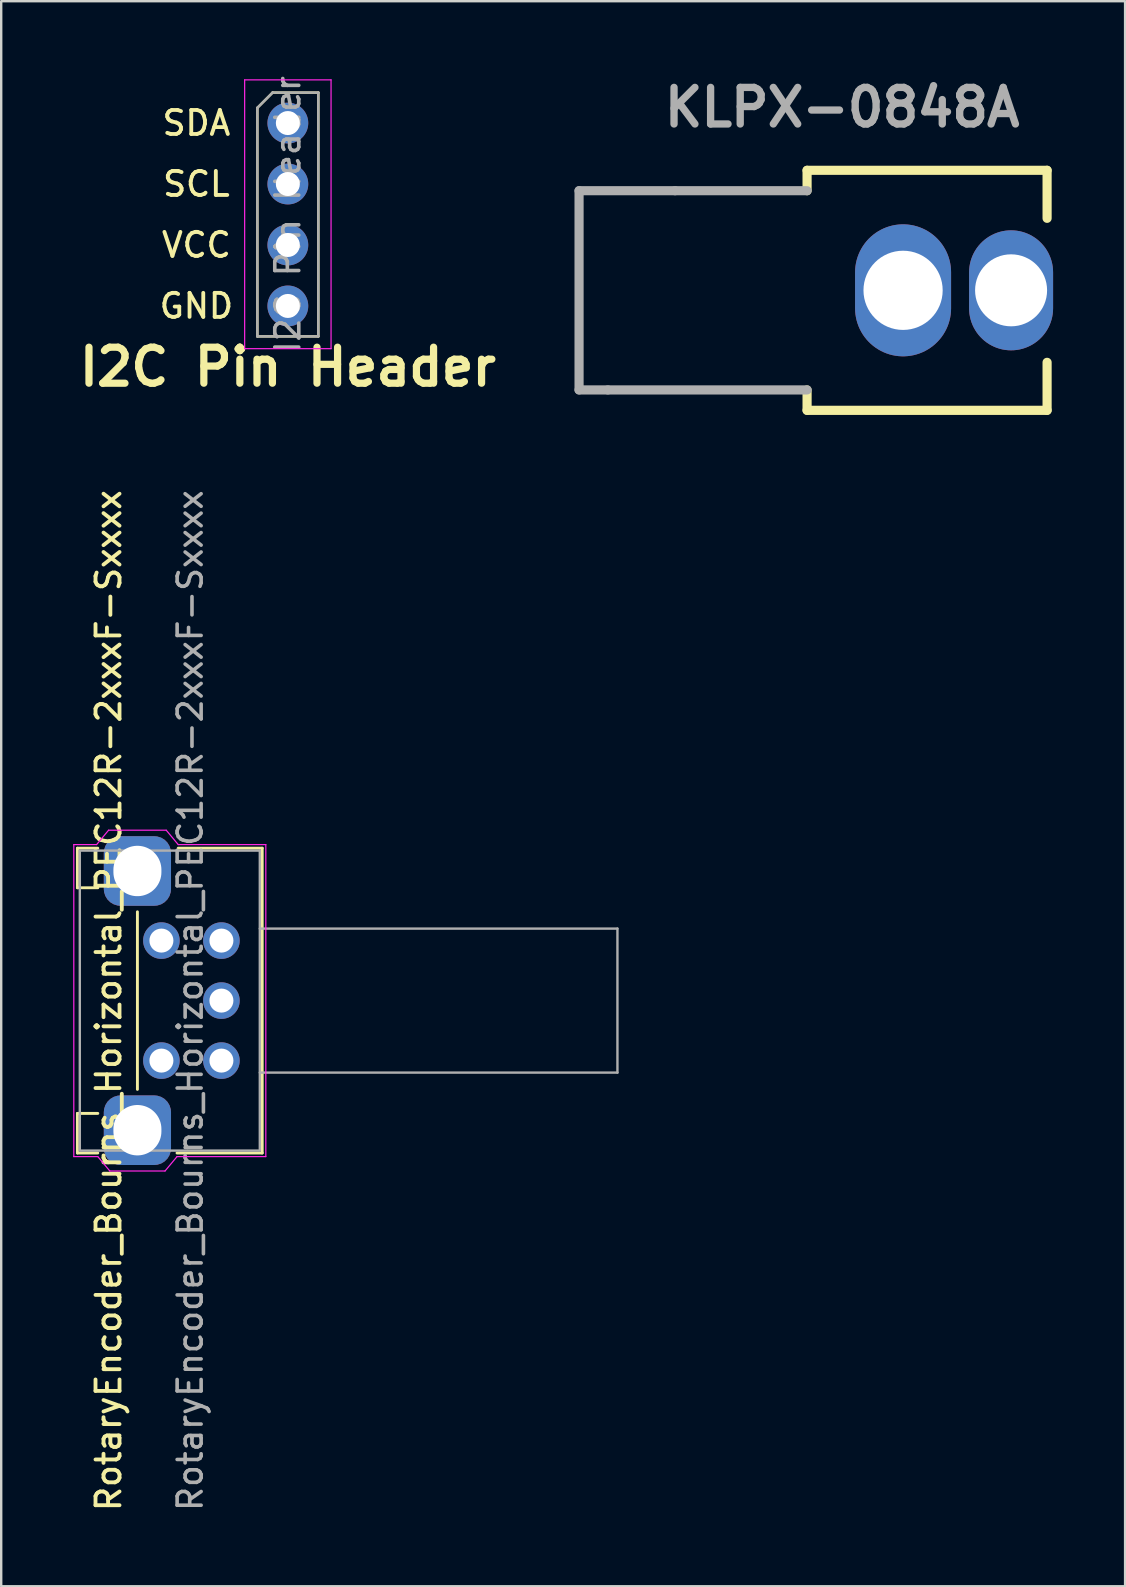
<source format=kicad_pcb>
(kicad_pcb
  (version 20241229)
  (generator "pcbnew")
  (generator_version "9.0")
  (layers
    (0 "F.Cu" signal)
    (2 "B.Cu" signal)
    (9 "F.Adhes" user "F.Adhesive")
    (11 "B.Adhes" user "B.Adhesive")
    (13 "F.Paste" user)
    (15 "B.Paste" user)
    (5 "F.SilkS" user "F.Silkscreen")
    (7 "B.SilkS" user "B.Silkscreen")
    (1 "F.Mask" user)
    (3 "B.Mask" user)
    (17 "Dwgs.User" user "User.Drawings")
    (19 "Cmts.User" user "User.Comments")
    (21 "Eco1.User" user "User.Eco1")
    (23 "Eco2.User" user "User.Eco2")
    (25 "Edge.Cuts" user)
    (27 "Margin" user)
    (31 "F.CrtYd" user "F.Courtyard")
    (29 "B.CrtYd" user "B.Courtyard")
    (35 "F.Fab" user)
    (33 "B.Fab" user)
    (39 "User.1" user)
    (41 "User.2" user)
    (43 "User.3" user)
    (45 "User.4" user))
  (footprint "KLPX-0848A"
    (layer "F.Cu")
    (at 34.576 9.046)
    (property "Reference" "KLPX-0848A" (at -2.54 -7.62 0) (layer "F.Fab") (effects (font (size 1.524 1.524) (thickness 0.305))))
    (attr through_hole)
    (fp_line (start -4 -5) (end -4 -4.15) (stroke (width 0.381) (type solid)) (layer "F.SilkS"))
    (fp_line (start -4 5) (end -4 4.15) (stroke (width 0.381) (type solid)) (layer "F.SilkS"))
    (fp_line (start 6 -5) (end -4 -5) (stroke (width 0.381) (type solid)) (layer "F.SilkS"))
    (fp_line (start 6 -5) (end 6 -3) (stroke (width 0.381) (type solid)) (layer "F.SilkS"))
    (fp_line (start 6 3) (end 6 5) (stroke (width 0.381) (type solid)) (layer "F.SilkS"))
    (fp_line (start 6 5) (end -4 5) (stroke (width 0.381) (type solid)) (layer "F.SilkS"))
    (fp_line (start -13.5 -4.15) (end -13.5 4.15) (stroke (width 0.381) (type solid)) (layer "F.Fab"))
    (fp_line (start -12.3 4.15) (end -13.5 4.15) (stroke (width 0.381) (type solid)) (layer "F.Fab"))
    (fp_line (start -9.5 -4.15) (end -13.5 -4.15) (stroke (width 0.381) (type solid)) (layer "F.Fab"))
    (fp_line (start -4 -4.15) (end -9.5 -4.15) (stroke (width 0.381) (type solid)) (layer "F.Fab"))
    (fp_line (start -4 4.15) (end -12.3 4.15) (stroke (width 0.381) (type solid)) (layer "F.Fab"))
    (pad "1" thru_hole oval (at 4.5 0) (size 3.5 5) (drill 3) (layers "*.Cu" "*.Mask"))
    (pad "2" thru_hole oval (at 0 0) (size 4 5.5) (drill 3.3) (layers "*.Cu" "*.Mask")))
  (footprint "I2C Pin Header"
    (layer "F.Cu")
    (at 8.943 2.077)
    (property "Reference" "I2C Pin Header" (at 0 10.16 0) (layer "F.SilkS") (effects (font (size 1.5 1.5) (thickness 0.3) (bold yes))))
    (attr through_hole)
    (fp_line (start -1.27 -0.635) (end -0.635 -1.27) (stroke (width 0.1) (type solid)) (layer "F.SilkS"))
    (fp_line (start -1.27 8.89) (end -1.27 -0.635) (stroke (width 0.1) (type solid)) (layer "F.SilkS"))
    (fp_line (start -0.635 -1.27) (end 1.27 -1.27) (stroke (width 0.1) (type solid)) (layer "F.SilkS"))
    (fp_line (start 1.27 -1.27) (end 1.27 8.89) (stroke (width 0.1) (type solid)) (layer "F.SilkS"))
    (fp_line (start 1.27 8.89) (end -1.27 8.89) (stroke (width 0.1) (type solid)) (layer "F.SilkS"))
    (fp_line (start -1.8 -1.8) (end -1.8 9.4) (stroke (width 0.05) (type solid)) (layer "F.CrtYd"))
    (fp_line (start -1.8 9.4) (end 1.8 9.4) (stroke (width 0.05) (type solid)) (layer "F.CrtYd"))
    (fp_line (start 1.8 -1.8) (end -1.8 -1.8) (stroke (width 0.05) (type solid)) (layer "F.CrtYd"))
    (fp_line (start 1.8 9.4) (end 1.8 -1.8) (stroke (width 0.05) (type solid)) (layer "F.CrtYd"))
    (fp_line (start -1.27 -0.635) (end -0.635 -1.27) (stroke (width 0.1) (type solid)) (layer "F.Fab"))
    (fp_line (start -1.27 8.89) (end -1.27 -0.635) (stroke (width 0.1) (type solid)) (layer "F.Fab"))
    (fp_line (start -0.635 -1.27) (end 1.27 -1.27) (stroke (width 0.1) (type solid)) (layer "F.Fab"))
    (fp_line (start 1.27 -1.27) (end 1.27 8.89) (stroke (width 0.1) (type solid)) (layer "F.Fab"))
    (fp_line (start 1.27 8.89) (end -1.27 8.89) (stroke (width 0.1) (type solid)) (layer "F.Fab"))
    (fp_text user "SDA" (at -3.81 0 0) (layer "F.SilkS") (effects (font (size 1 1) (thickness 0.16))))
    (fp_text user "GND" (at -3.81 7.62 0) (layer "F.SilkS") (effects (font (size 1 1) (thickness 0.16))))
    (fp_text user "SCL" (at -3.81 2.54 0) (layer "F.SilkS") (effects (font (size 1 1) (thickness 0.16))))
    (fp_text user "VCC" (at -3.81 5.08 0) (layer "F.SilkS") (effects (font (size 1 1) (thickness 0.16))))
    (fp_text user "${REFERENCE}" (at 0 3.81 90) (layer "F.Fab") (effects (font (size 1 1) (thickness 0.15))))
    (pad "1" thru_hole circle (at 0 0) (size 1.7 1.7) (drill 1) (layers "*.Cu" "*.Mask"))
    (pad "2" thru_hole oval (at 0 2.54) (size 1.7 1.7) (drill 1) (layers "*.Cu" "*.Mask"))
    (pad "3" thru_hole oval (at 0 5.08) (size 1.7 1.7) (drill 1) (layers "*.Cu" "*.Mask"))
    (pad "4" thru_hole oval (at 0 7.62) (size 1.7 1.7) (drill 1) (layers "*.Cu" "*.Mask")))
  (footprint "RotaryEncoder_Bourns_Horizontal_PEC12R-2xxxF-Sxxxx"
    (layer "F.Cu")
    (at 6.175 41.139)
    (property "Reference" "RotaryEncoder_Bourns_Horizontal_PEC12R-2xxxF-Sxxxx" (at -4.7 -2.5 90) (layer "F.SilkS") (effects (font (size 1 1) (thickness 0.16))))
    (attr through_hole)
    (fp_line (start -6 -8.85) (end -6 -7.2) (stroke (width 0.12) (type solid)) (layer "F.SilkS"))
    (fp_line (start -6 -7.2) (end -5.15 -7.2) (stroke (width 0.12) (type solid)) (layer "F.SilkS"))
    (fp_line (start -6 2.2) (end -5.15 2.2) (stroke (width 0.12) (type solid)) (layer "F.SilkS"))
    (fp_line (start -6 3.85) (end -6 2.2) (stroke (width 0.12) (type solid)) (layer "F.SilkS"))
    (fp_line (start -5.15 -8.85) (end -6 -8.85) (stroke (width 0.12) (type solid)) (layer "F.SilkS"))
    (fp_line (start -5.15 3.85) (end -6 3.85) (stroke (width 0.12) (type solid)) (layer "F.SilkS"))
    (fp_line (start -3.5 1.2) (end -3.5 -6.2) (stroke (width 0.12) (type solid)) (layer "F.SilkS"))
    (fp_line (start -1.85 3.85) (end 1.7 3.85) (stroke (width 0.12) (type solid)) (layer "F.SilkS"))
    (fp_line (start 1.7 -8.85) (end -1.8 -8.85) (stroke (width 0.12) (type solid)) (layer "F.SilkS"))
    (fp_line (start 1.7 3.85) (end 1.7 -8.85) (stroke (width 0.12) (type solid)) (layer "F.SilkS"))
    (fp_line (start -6.15 -9) (end -5.2 -9) (stroke (width 0.05) (type solid)) (layer "F.CrtYd"))
    (fp_line (start -6.15 4) (end -6.15 -9) (stroke (width 0.05) (type solid)) (layer "F.CrtYd"))
    (fp_line (start -6.15 4) (end -5.15 4) (stroke (width 0.05) (type solid)) (layer "F.CrtYd"))
    (fp_line (start -5.2 -9) (end -4.7 -9.6) (stroke (width 0.05) (type solid)) (layer "F.CrtYd"))
    (fp_line (start -5.15 4) (end -4.65 4.6) (stroke (width 0.05) (type solid)) (layer "F.CrtYd"))
    (fp_line (start -4.7 -9.6) (end -2.3 -9.6) (stroke (width 0.05) (type solid)) (layer "F.CrtYd"))
    (fp_line (start -2.35 4.6) (end -4.65 4.6) (stroke (width 0.05) (type solid)) (layer "F.CrtYd"))
    (fp_line (start -2.3 -9.6) (end -1.8 -9) (stroke (width 0.05) (type solid)) (layer "F.CrtYd"))
    (fp_line (start -1.85 4) (end -2.35 4.6) (stroke (width 0.05) (type solid)) (layer "F.CrtYd"))
    (fp_line (start -1.8 -9) (end 1.85 -9) (stroke (width 0.05) (type solid)) (layer "F.CrtYd"))
    (fp_line (start 1.85 -9) (end 1.85 4) (stroke (width 0.05) (type solid)) (layer "F.CrtYd"))
    (fp_line (start 1.85 4) (end -1.85 4) (stroke (width 0.05) (type solid)) (layer "F.CrtYd"))
    (fp_line (start -5.9 -8.75) (end 1.6 -8.75) (stroke (width 0.1) (type solid)) (layer "F.Fab"))
    (fp_line (start -5.9 3.7) (end -5.9 -8.7) (stroke (width 0.1) (type solid)) (layer "F.Fab"))
    (fp_line (start 1.6 -8.75) (end 1.6 3.7) (stroke (width 0.1) (type solid)) (layer "F.Fab"))
    (fp_line (start 1.6 0.5) (end 16.5 0.5) (stroke (width 0.1) (type solid)) (layer "F.Fab"))
    (fp_line (start 1.6 3.75) (end -5.9 3.75) (stroke (width 0.1) (type solid)) (layer "F.Fab"))
    (fp_line (start 16.5 -5.5) (end 1.6 -5.5) (stroke (width 0.1) (type solid)) (layer "F.Fab"))
    (fp_line (start 16.5 0.5) (end 16.5 -5.5) (stroke (width 0.1) (type solid)) (layer "F.Fab"))
    (fp_text user "${REFERENCE}" (at -1.3 -2.5 90) (layer "F.Fab") (effects (font (size 1 1) (thickness 0.15))))
    (pad "A" thru_hole circle (at 0 0 90) (size 1.524 1.524) (drill 1) (layers "*.Cu" "*.Mask"))
    (pad "B" thru_hole circle (at 0 -5 90) (size 1.524 1.524) (drill 1) (layers "*.Cu" "*.Mask"))
    (pad "C" thru_hole circle (at 0 -2.5 90) (size 1.524 1.524) (drill 1) (layers "*.Cu" "*.Mask"))
    (pad "S1" thru_hole circle (at -2.5 0 90) (size 1.524 1.524) (drill 1) (layers "*.Cu" "*.Mask"))
    (pad "S2" thru_hole circle (at -2.5 -5 90) (size 1.524 1.524) (drill 1) (layers "*.Cu" "*.Mask"))
    (pad "SH" thru_hole roundrect (at -3.5 -7.9 90) (size 2.9 2.8) (drill oval 2.1 2) (layers "*.Cu" "*.Mask") (roundrect_rratio 0.25))
    (pad "SH" thru_hole roundrect (at -3.5 2.9 90) (size 2.9 2.8) (drill oval 2.1 2) (layers "*.Cu" "*.Mask") (roundrect_rratio 0.25)))
  (gr_rect
    (start -3 -3)
    (end 43.826 63.041)
    (stroke (width 0.1) (type default))
    (fill no)
    (layer "Edge.Cuts")))
</source>
